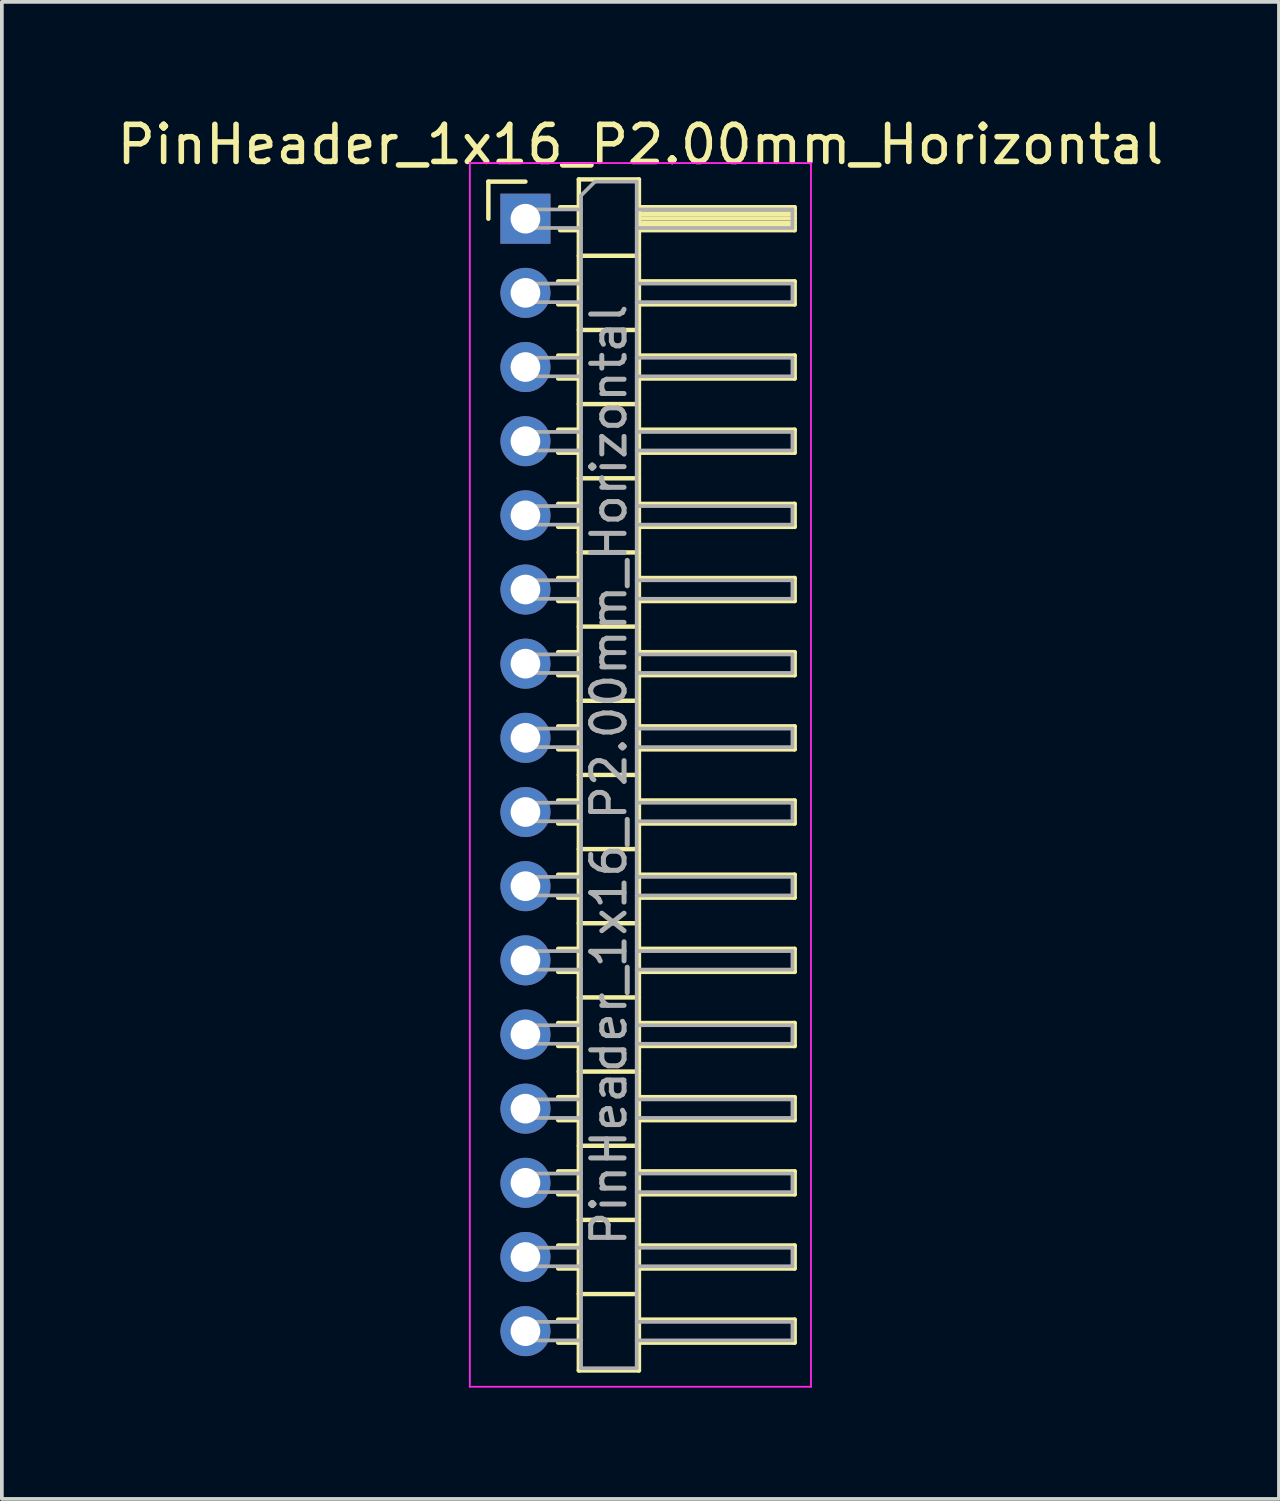
<source format=kicad_pcb>
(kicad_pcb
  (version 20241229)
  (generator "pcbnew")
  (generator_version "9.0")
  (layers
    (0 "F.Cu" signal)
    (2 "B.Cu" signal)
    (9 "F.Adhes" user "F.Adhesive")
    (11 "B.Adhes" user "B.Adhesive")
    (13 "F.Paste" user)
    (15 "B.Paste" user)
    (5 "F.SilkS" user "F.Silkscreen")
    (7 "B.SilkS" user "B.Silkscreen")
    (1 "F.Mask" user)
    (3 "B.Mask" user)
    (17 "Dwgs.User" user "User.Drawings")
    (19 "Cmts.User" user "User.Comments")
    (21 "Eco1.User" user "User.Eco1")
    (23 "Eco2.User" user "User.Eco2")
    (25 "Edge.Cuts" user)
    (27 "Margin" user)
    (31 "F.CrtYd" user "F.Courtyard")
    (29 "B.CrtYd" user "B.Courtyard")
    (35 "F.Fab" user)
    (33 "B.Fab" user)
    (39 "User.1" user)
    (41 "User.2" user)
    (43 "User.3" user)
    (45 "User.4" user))
  (footprint "PinHeader_1x16_P2.00mm_Horizontal"
    (layer "F.Cu")
    (at 11.12 2.848)
    (property "Reference" "PinHeader_1x16_P2.00mm_Horizontal" (at 3.1 -2 0) (layer "F.SilkS") (effects (font (size 1 1) (thickness 0.15))))
    (attr through_hole)
    (fp_line (start -1 -1) (end 0 -1) (stroke (width 0.12) (type solid)) (layer "F.SilkS"))
    (fp_line (start -1 0) (end -1 -1) (stroke (width 0.12) (type solid)) (layer "F.SilkS"))
    (fp_line (start 0.882 1.69) (end 1.44 1.69) (stroke (width 0.12) (type solid)) (layer "F.SilkS"))
    (fp_line (start 0.882 2.31) (end 1.44 2.31) (stroke (width 0.12) (type solid)) (layer "F.SilkS"))
    (fp_line (start 0.882 3.69) (end 1.44 3.69) (stroke (width 0.12) (type solid)) (layer "F.SilkS"))
    (fp_line (start 0.882 4.31) (end 1.44 4.31) (stroke (width 0.12) (type solid)) (layer "F.SilkS"))
    (fp_line (start 0.882 5.69) (end 1.44 5.69) (stroke (width 0.12) (type solid)) (layer "F.SilkS"))
    (fp_line (start 0.882 6.31) (end 1.44 6.31) (stroke (width 0.12) (type solid)) (layer "F.SilkS"))
    (fp_line (start 0.882 7.69) (end 1.44 7.69) (stroke (width 0.12) (type solid)) (layer "F.SilkS"))
    (fp_line (start 0.882 8.31) (end 1.44 8.31) (stroke (width 0.12) (type solid)) (layer "F.SilkS"))
    (fp_line (start 0.882 9.69) (end 1.44 9.69) (stroke (width 0.12) (type solid)) (layer "F.SilkS"))
    (fp_line (start 0.882 10.31) (end 1.44 10.31) (stroke (width 0.12) (type solid)) (layer "F.SilkS"))
    (fp_line (start 0.882 11.69) (end 1.44 11.69) (stroke (width 0.12) (type solid)) (layer "F.SilkS"))
    (fp_line (start 0.882 12.31) (end 1.44 12.31) (stroke (width 0.12) (type solid)) (layer "F.SilkS"))
    (fp_line (start 0.882 13.69) (end 1.44 13.69) (stroke (width 0.12) (type solid)) (layer "F.SilkS"))
    (fp_line (start 0.882 14.31) (end 1.44 14.31) (stroke (width 0.12) (type solid)) (layer "F.SilkS"))
    (fp_line (start 0.882 15.69) (end 1.44 15.69) (stroke (width 0.12) (type solid)) (layer "F.SilkS"))
    (fp_line (start 0.882 16.31) (end 1.44 16.31) (stroke (width 0.12) (type solid)) (layer "F.SilkS"))
    (fp_line (start 0.882 17.69) (end 1.44 17.69) (stroke (width 0.12) (type solid)) (layer "F.SilkS"))
    (fp_line (start 0.882 18.31) (end 1.44 18.31) (stroke (width 0.12) (type solid)) (layer "F.SilkS"))
    (fp_line (start 0.882 19.69) (end 1.44 19.69) (stroke (width 0.12) (type solid)) (layer "F.SilkS"))
    (fp_line (start 0.882 20.31) (end 1.44 20.31) (stroke (width 0.12) (type solid)) (layer "F.SilkS"))
    (fp_line (start 0.882 21.69) (end 1.44 21.69) (stroke (width 0.12) (type solid)) (layer "F.SilkS"))
    (fp_line (start 0.882 22.31) (end 1.44 22.31) (stroke (width 0.12) (type solid)) (layer "F.SilkS"))
    (fp_line (start 0.882 23.69) (end 1.44 23.69) (stroke (width 0.12) (type solid)) (layer "F.SilkS"))
    (fp_line (start 0.882 24.31) (end 1.44 24.31) (stroke (width 0.12) (type solid)) (layer "F.SilkS"))
    (fp_line (start 0.882 25.69) (end 1.44 25.69) (stroke (width 0.12) (type solid)) (layer "F.SilkS"))
    (fp_line (start 0.882 26.31) (end 1.44 26.31) (stroke (width 0.12) (type solid)) (layer "F.SilkS"))
    (fp_line (start 0.882 27.69) (end 1.44 27.69) (stroke (width 0.12) (type solid)) (layer "F.SilkS"))
    (fp_line (start 0.882 28.31) (end 1.44 28.31) (stroke (width 0.12) (type solid)) (layer "F.SilkS"))
    (fp_line (start 0.882 29.69) (end 1.44 29.69) (stroke (width 0.12) (type solid)) (layer "F.SilkS"))
    (fp_line (start 0.882 30.31) (end 1.44 30.31) (stroke (width 0.12) (type solid)) (layer "F.SilkS"))
    (fp_line (start 0.935 -0.31) (end 1.44 -0.31) (stroke (width 0.12) (type solid)) (layer "F.SilkS"))
    (fp_line (start 0.935 0.31) (end 1.44 0.31) (stroke (width 0.12) (type solid)) (layer "F.SilkS"))
    (fp_line (start 1.44 -1.06) (end 1.44 31.06) (stroke (width 0.12) (type solid)) (layer "F.SilkS"))
    (fp_line (start 1.44 1) (end 3.06 1) (stroke (width 0.12) (type solid)) (layer "F.SilkS"))
    (fp_line (start 1.44 3) (end 3.06 3) (stroke (width 0.12) (type solid)) (layer "F.SilkS"))
    (fp_line (start 1.44 5) (end 3.06 5) (stroke (width 0.12) (type solid)) (layer "F.SilkS"))
    (fp_line (start 1.44 7) (end 3.06 7) (stroke (width 0.12) (type solid)) (layer "F.SilkS"))
    (fp_line (start 1.44 9) (end 3.06 9) (stroke (width 0.12) (type solid)) (layer "F.SilkS"))
    (fp_line (start 1.44 11) (end 3.06 11) (stroke (width 0.12) (type solid)) (layer "F.SilkS"))
    (fp_line (start 1.44 13) (end 3.06 13) (stroke (width 0.12) (type solid)) (layer "F.SilkS"))
    (fp_line (start 1.44 15) (end 3.06 15) (stroke (width 0.12) (type solid)) (layer "F.SilkS"))
    (fp_line (start 1.44 17) (end 3.06 17) (stroke (width 0.12) (type solid)) (layer "F.SilkS"))
    (fp_line (start 1.44 19) (end 3.06 19) (stroke (width 0.12) (type solid)) (layer "F.SilkS"))
    (fp_line (start 1.44 21) (end 3.06 21) (stroke (width 0.12) (type solid)) (layer "F.SilkS"))
    (fp_line (start 1.44 23) (end 3.06 23) (stroke (width 0.12) (type solid)) (layer "F.SilkS"))
    (fp_line (start 1.44 25) (end 3.06 25) (stroke (width 0.12) (type solid)) (layer "F.SilkS"))
    (fp_line (start 1.44 27) (end 3.06 27) (stroke (width 0.12) (type solid)) (layer "F.SilkS"))
    (fp_line (start 1.44 29) (end 3.06 29) (stroke (width 0.12) (type solid)) (layer "F.SilkS"))
    (fp_line (start 1.44 31.06) (end 3.06 31.06) (stroke (width 0.12) (type solid)) (layer "F.SilkS"))
    (fp_line (start 3.06 -1.06) (end 1.44 -1.06) (stroke (width 0.12) (type solid)) (layer "F.SilkS"))
    (fp_line (start 3.06 -0.31) (end 7.26 -0.31) (stroke (width 0.12) (type solid)) (layer "F.SilkS"))
    (fp_line (start 3.06 -0.25) (end 7.26 -0.25) (stroke (width 0.12) (type solid)) (layer "F.SilkS"))
    (fp_line (start 3.06 -0.13) (end 7.26 -0.13) (stroke (width 0.12) (type solid)) (layer "F.SilkS"))
    (fp_line (start 3.06 -0.01) (end 7.26 -0.01) (stroke (width 0.12) (type solid)) (layer "F.SilkS"))
    (fp_line (start 3.06 0.11) (end 7.26 0.11) (stroke (width 0.12) (type solid)) (layer "F.SilkS"))
    (fp_line (start 3.06 0.23) (end 7.26 0.23) (stroke (width 0.12) (type solid)) (layer "F.SilkS"))
    (fp_line (start 3.06 1.69) (end 7.26 1.69) (stroke (width 0.12) (type solid)) (layer "F.SilkS"))
    (fp_line (start 3.06 3.69) (end 7.26 3.69) (stroke (width 0.12) (type solid)) (layer "F.SilkS"))
    (fp_line (start 3.06 5.69) (end 7.26 5.69) (stroke (width 0.12) (type solid)) (layer "F.SilkS"))
    (fp_line (start 3.06 7.69) (end 7.26 7.69) (stroke (width 0.12) (type solid)) (layer "F.SilkS"))
    (fp_line (start 3.06 9.69) (end 7.26 9.69) (stroke (width 0.12) (type solid)) (layer "F.SilkS"))
    (fp_line (start 3.06 11.69) (end 7.26 11.69) (stroke (width 0.12) (type solid)) (layer "F.SilkS"))
    (fp_line (start 3.06 13.69) (end 7.26 13.69) (stroke (width 0.12) (type solid)) (layer "F.SilkS"))
    (fp_line (start 3.06 15.69) (end 7.26 15.69) (stroke (width 0.12) (type solid)) (layer "F.SilkS"))
    (fp_line (start 3.06 17.69) (end 7.26 17.69) (stroke (width 0.12) (type solid)) (layer "F.SilkS"))
    (fp_line (start 3.06 19.69) (end 7.26 19.69) (stroke (width 0.12) (type solid)) (layer "F.SilkS"))
    (fp_line (start 3.06 21.69) (end 7.26 21.69) (stroke (width 0.12) (type solid)) (layer "F.SilkS"))
    (fp_line (start 3.06 23.69) (end 7.26 23.69) (stroke (width 0.12) (type solid)) (layer "F.SilkS"))
    (fp_line (start 3.06 25.69) (end 7.26 25.69) (stroke (width 0.12) (type solid)) (layer "F.SilkS"))
    (fp_line (start 3.06 27.69) (end 7.26 27.69) (stroke (width 0.12) (type solid)) (layer "F.SilkS"))
    (fp_line (start 3.06 29.69) (end 7.26 29.69) (stroke (width 0.12) (type solid)) (layer "F.SilkS"))
    (fp_line (start 3.06 31.06) (end 3.06 -1.06) (stroke (width 0.12) (type solid)) (layer "F.SilkS"))
    (fp_line (start 7.26 -0.31) (end 7.26 0.31) (stroke (width 0.12) (type solid)) (layer "F.SilkS"))
    (fp_line (start 7.26 0.31) (end 3.06 0.31) (stroke (width 0.12) (type solid)) (layer "F.SilkS"))
    (fp_line (start 7.26 1.69) (end 7.26 2.31) (stroke (width 0.12) (type solid)) (layer "F.SilkS"))
    (fp_line (start 7.26 2.31) (end 3.06 2.31) (stroke (width 0.12) (type solid)) (layer "F.SilkS"))
    (fp_line (start 7.26 3.69) (end 7.26 4.31) (stroke (width 0.12) (type solid)) (layer "F.SilkS"))
    (fp_line (start 7.26 4.31) (end 3.06 4.31) (stroke (width 0.12) (type solid)) (layer "F.SilkS"))
    (fp_line (start 7.26 5.69) (end 7.26 6.31) (stroke (width 0.12) (type solid)) (layer "F.SilkS"))
    (fp_line (start 7.26 6.31) (end 3.06 6.31) (stroke (width 0.12) (type solid)) (layer "F.SilkS"))
    (fp_line (start 7.26 7.69) (end 7.26 8.31) (stroke (width 0.12) (type solid)) (layer "F.SilkS"))
    (fp_line (start 7.26 8.31) (end 3.06 8.31) (stroke (width 0.12) (type solid)) (layer "F.SilkS"))
    (fp_line (start 7.26 9.69) (end 7.26 10.31) (stroke (width 0.12) (type solid)) (layer "F.SilkS"))
    (fp_line (start 7.26 10.31) (end 3.06 10.31) (stroke (width 0.12) (type solid)) (layer "F.SilkS"))
    (fp_line (start 7.26 11.69) (end 7.26 12.31) (stroke (width 0.12) (type solid)) (layer "F.SilkS"))
    (fp_line (start 7.26 12.31) (end 3.06 12.31) (stroke (width 0.12) (type solid)) (layer "F.SilkS"))
    (fp_line (start 7.26 13.69) (end 7.26 14.31) (stroke (width 0.12) (type solid)) (layer "F.SilkS"))
    (fp_line (start 7.26 14.31) (end 3.06 14.31) (stroke (width 0.12) (type solid)) (layer "F.SilkS"))
    (fp_line (start 7.26 15.69) (end 7.26 16.31) (stroke (width 0.12) (type solid)) (layer "F.SilkS"))
    (fp_line (start 7.26 16.31) (end 3.06 16.31) (stroke (width 0.12) (type solid)) (layer "F.SilkS"))
    (fp_line (start 7.26 17.69) (end 7.26 18.31) (stroke (width 0.12) (type solid)) (layer "F.SilkS"))
    (fp_line (start 7.26 18.31) (end 3.06 18.31) (stroke (width 0.12) (type solid)) (layer "F.SilkS"))
    (fp_line (start 7.26 19.69) (end 7.26 20.31) (stroke (width 0.12) (type solid)) (layer "F.SilkS"))
    (fp_line (start 7.26 20.31) (end 3.06 20.31) (stroke (width 0.12) (type solid)) (layer "F.SilkS"))
    (fp_line (start 7.26 21.69) (end 7.26 22.31) (stroke (width 0.12) (type solid)) (layer "F.SilkS"))
    (fp_line (start 7.26 22.31) (end 3.06 22.31) (stroke (width 0.12) (type solid)) (layer "F.SilkS"))
    (fp_line (start 7.26 23.69) (end 7.26 24.31) (stroke (width 0.12) (type solid)) (layer "F.SilkS"))
    (fp_line (start 7.26 24.31) (end 3.06 24.31) (stroke (width 0.12) (type solid)) (layer "F.SilkS"))
    (fp_line (start 7.26 25.69) (end 7.26 26.31) (stroke (width 0.12) (type solid)) (layer "F.SilkS"))
    (fp_line (start 7.26 26.31) (end 3.06 26.31) (stroke (width 0.12) (type solid)) (layer "F.SilkS"))
    (fp_line (start 7.26 27.69) (end 7.26 28.31) (stroke (width 0.12) (type solid)) (layer "F.SilkS"))
    (fp_line (start 7.26 28.31) (end 3.06 28.31) (stroke (width 0.12) (type solid)) (layer "F.SilkS"))
    (fp_line (start 7.26 29.69) (end 7.26 30.31) (stroke (width 0.12) (type solid)) (layer "F.SilkS"))
    (fp_line (start 7.26 30.31) (end 3.06 30.31) (stroke (width 0.12) (type solid)) (layer "F.SilkS"))
    (fp_line (start -1.5 -1.5) (end -1.5 31.5) (stroke (width 0.05) (type solid)) (layer "F.CrtYd"))
    (fp_line (start -1.5 31.5) (end 7.7 31.5) (stroke (width 0.05) (type solid)) (layer "F.CrtYd"))
    (fp_line (start 7.7 -1.5) (end -1.5 -1.5) (stroke (width 0.05) (type solid)) (layer "F.CrtYd"))
    (fp_line (start 7.7 31.5) (end 7.7 -1.5) (stroke (width 0.05) (type solid)) (layer "F.CrtYd"))
    (fp_line (start -0.25 -0.25) (end -0.25 0.25) (stroke (width 0.1) (type solid)) (layer "F.Fab"))
    (fp_line (start -0.25 -0.25) (end 1.5 -0.25) (stroke (width 0.1) (type solid)) (layer "F.Fab"))
    (fp_line (start -0.25 0.25) (end 1.5 0.25) (stroke (width 0.1) (type solid)) (layer "F.Fab"))
    (fp_line (start -0.25 1.75) (end -0.25 2.25) (stroke (width 0.1) (type solid)) (layer "F.Fab"))
    (fp_line (start -0.25 1.75) (end 1.5 1.75) (stroke (width 0.1) (type solid)) (layer "F.Fab"))
    (fp_line (start -0.25 2.25) (end 1.5 2.25) (stroke (width 0.1) (type solid)) (layer "F.Fab"))
    (fp_line (start -0.25 3.75) (end -0.25 4.25) (stroke (width 0.1) (type solid)) (layer "F.Fab"))
    (fp_line (start -0.25 3.75) (end 1.5 3.75) (stroke (width 0.1) (type solid)) (layer "F.Fab"))
    (fp_line (start -0.25 4.25) (end 1.5 4.25) (stroke (width 0.1) (type solid)) (layer "F.Fab"))
    (fp_line (start -0.25 5.75) (end -0.25 6.25) (stroke (width 0.1) (type solid)) (layer "F.Fab"))
    (fp_line (start -0.25 5.75) (end 1.5 5.75) (stroke (width 0.1) (type solid)) (layer "F.Fab"))
    (fp_line (start -0.25 6.25) (end 1.5 6.25) (stroke (width 0.1) (type solid)) (layer "F.Fab"))
    (fp_line (start -0.25 7.75) (end -0.25 8.25) (stroke (width 0.1) (type solid)) (layer "F.Fab"))
    (fp_line (start -0.25 7.75) (end 1.5 7.75) (stroke (width 0.1) (type solid)) (layer "F.Fab"))
    (fp_line (start -0.25 8.25) (end 1.5 8.25) (stroke (width 0.1) (type solid)) (layer "F.Fab"))
    (fp_line (start -0.25 9.75) (end -0.25 10.25) (stroke (width 0.1) (type solid)) (layer "F.Fab"))
    (fp_line (start -0.25 9.75) (end 1.5 9.75) (stroke (width 0.1) (type solid)) (layer "F.Fab"))
    (fp_line (start -0.25 10.25) (end 1.5 10.25) (stroke (width 0.1) (type solid)) (layer "F.Fab"))
    (fp_line (start -0.25 11.75) (end -0.25 12.25) (stroke (width 0.1) (type solid)) (layer "F.Fab"))
    (fp_line (start -0.25 11.75) (end 1.5 11.75) (stroke (width 0.1) (type solid)) (layer "F.Fab"))
    (fp_line (start -0.25 12.25) (end 1.5 12.25) (stroke (width 0.1) (type solid)) (layer "F.Fab"))
    (fp_line (start -0.25 13.75) (end -0.25 14.25) (stroke (width 0.1) (type solid)) (layer "F.Fab"))
    (fp_line (start -0.25 13.75) (end 1.5 13.75) (stroke (width 0.1) (type solid)) (layer "F.Fab"))
    (fp_line (start -0.25 14.25) (end 1.5 14.25) (stroke (width 0.1) (type solid)) (layer "F.Fab"))
    (fp_line (start -0.25 15.75) (end -0.25 16.25) (stroke (width 0.1) (type solid)) (layer "F.Fab"))
    (fp_line (start -0.25 15.75) (end 1.5 15.75) (stroke (width 0.1) (type solid)) (layer "F.Fab"))
    (fp_line (start -0.25 16.25) (end 1.5 16.25) (stroke (width 0.1) (type solid)) (layer "F.Fab"))
    (fp_line (start -0.25 17.75) (end -0.25 18.25) (stroke (width 0.1) (type solid)) (layer "F.Fab"))
    (fp_line (start -0.25 17.75) (end 1.5 17.75) (stroke (width 0.1) (type solid)) (layer "F.Fab"))
    (fp_line (start -0.25 18.25) (end 1.5 18.25) (stroke (width 0.1) (type solid)) (layer "F.Fab"))
    (fp_line (start -0.25 19.75) (end -0.25 20.25) (stroke (width 0.1) (type solid)) (layer "F.Fab"))
    (fp_line (start -0.25 19.75) (end 1.5 19.75) (stroke (width 0.1) (type solid)) (layer "F.Fab"))
    (fp_line (start -0.25 20.25) (end 1.5 20.25) (stroke (width 0.1) (type solid)) (layer "F.Fab"))
    (fp_line (start -0.25 21.75) (end -0.25 22.25) (stroke (width 0.1) (type solid)) (layer "F.Fab"))
    (fp_line (start -0.25 21.75) (end 1.5 21.75) (stroke (width 0.1) (type solid)) (layer "F.Fab"))
    (fp_line (start -0.25 22.25) (end 1.5 22.25) (stroke (width 0.1) (type solid)) (layer "F.Fab"))
    (fp_line (start -0.25 23.75) (end -0.25 24.25) (stroke (width 0.1) (type solid)) (layer "F.Fab"))
    (fp_line (start -0.25 23.75) (end 1.5 23.75) (stroke (width 0.1) (type solid)) (layer "F.Fab"))
    (fp_line (start -0.25 24.25) (end 1.5 24.25) (stroke (width 0.1) (type solid)) (layer "F.Fab"))
    (fp_line (start -0.25 25.75) (end -0.25 26.25) (stroke (width 0.1) (type solid)) (layer "F.Fab"))
    (fp_line (start -0.25 25.75) (end 1.5 25.75) (stroke (width 0.1) (type solid)) (layer "F.Fab"))
    (fp_line (start -0.25 26.25) (end 1.5 26.25) (stroke (width 0.1) (type solid)) (layer "F.Fab"))
    (fp_line (start -0.25 27.75) (end -0.25 28.25) (stroke (width 0.1) (type solid)) (layer "F.Fab"))
    (fp_line (start -0.25 27.75) (end 1.5 27.75) (stroke (width 0.1) (type solid)) (layer "F.Fab"))
    (fp_line (start -0.25 28.25) (end 1.5 28.25) (stroke (width 0.1) (type solid)) (layer "F.Fab"))
    (fp_line (start -0.25 29.75) (end -0.25 30.25) (stroke (width 0.1) (type solid)) (layer "F.Fab"))
    (fp_line (start -0.25 29.75) (end 1.5 29.75) (stroke (width 0.1) (type solid)) (layer "F.Fab"))
    (fp_line (start -0.25 30.25) (end 1.5 30.25) (stroke (width 0.1) (type solid)) (layer "F.Fab"))
    (fp_line (start 1.5 -0.625) (end 1.875 -1) (stroke (width 0.1) (type solid)) (layer "F.Fab"))
    (fp_line (start 1.5 31) (end 1.5 -0.625) (stroke (width 0.1) (type solid)) (layer "F.Fab"))
    (fp_line (start 1.875 -1) (end 3 -1) (stroke (width 0.1) (type solid)) (layer "F.Fab"))
    (fp_line (start 3 -1) (end 3 31) (stroke (width 0.1) (type solid)) (layer "F.Fab"))
    (fp_line (start 3 -0.25) (end 7.2 -0.25) (stroke (width 0.1) (type solid)) (layer "F.Fab"))
    (fp_line (start 3 0.25) (end 7.2 0.25) (stroke (width 0.1) (type solid)) (layer "F.Fab"))
    (fp_line (start 3 1.75) (end 7.2 1.75) (stroke (width 0.1) (type solid)) (layer "F.Fab"))
    (fp_line (start 3 2.25) (end 7.2 2.25) (stroke (width 0.1) (type solid)) (layer "F.Fab"))
    (fp_line (start 3 3.75) (end 7.2 3.75) (stroke (width 0.1) (type solid)) (layer "F.Fab"))
    (fp_line (start 3 4.25) (end 7.2 4.25) (stroke (width 0.1) (type solid)) (layer "F.Fab"))
    (fp_line (start 3 5.75) (end 7.2 5.75) (stroke (width 0.1) (type solid)) (layer "F.Fab"))
    (fp_line (start 3 6.25) (end 7.2 6.25) (stroke (width 0.1) (type solid)) (layer "F.Fab"))
    (fp_line (start 3 7.75) (end 7.2 7.75) (stroke (width 0.1) (type solid)) (layer "F.Fab"))
    (fp_line (start 3 8.25) (end 7.2 8.25) (stroke (width 0.1) (type solid)) (layer "F.Fab"))
    (fp_line (start 3 9.75) (end 7.2 9.75) (stroke (width 0.1) (type solid)) (layer "F.Fab"))
    (fp_line (start 3 10.25) (end 7.2 10.25) (stroke (width 0.1) (type solid)) (layer "F.Fab"))
    (fp_line (start 3 11.75) (end 7.2 11.75) (stroke (width 0.1) (type solid)) (layer "F.Fab"))
    (fp_line (start 3 12.25) (end 7.2 12.25) (stroke (width 0.1) (type solid)) (layer "F.Fab"))
    (fp_line (start 3 13.75) (end 7.2 13.75) (stroke (width 0.1) (type solid)) (layer "F.Fab"))
    (fp_line (start 3 14.25) (end 7.2 14.25) (stroke (width 0.1) (type solid)) (layer "F.Fab"))
    (fp_line (start 3 15.75) (end 7.2 15.75) (stroke (width 0.1) (type solid)) (layer "F.Fab"))
    (fp_line (start 3 16.25) (end 7.2 16.25) (stroke (width 0.1) (type solid)) (layer "F.Fab"))
    (fp_line (start 3 17.75) (end 7.2 17.75) (stroke (width 0.1) (type solid)) (layer "F.Fab"))
    (fp_line (start 3 18.25) (end 7.2 18.25) (stroke (width 0.1) (type solid)) (layer "F.Fab"))
    (fp_line (start 3 19.75) (end 7.2 19.75) (stroke (width 0.1) (type solid)) (layer "F.Fab"))
    (fp_line (start 3 20.25) (end 7.2 20.25) (stroke (width 0.1) (type solid)) (layer "F.Fab"))
    (fp_line (start 3 21.75) (end 7.2 21.75) (stroke (width 0.1) (type solid)) (layer "F.Fab"))
    (fp_line (start 3 22.25) (end 7.2 22.25) (stroke (width 0.1) (type solid)) (layer "F.Fab"))
    (fp_line (start 3 23.75) (end 7.2 23.75) (stroke (width 0.1) (type solid)) (layer "F.Fab"))
    (fp_line (start 3 24.25) (end 7.2 24.25) (stroke (width 0.1) (type solid)) (layer "F.Fab"))
    (fp_line (start 3 25.75) (end 7.2 25.75) (stroke (width 0.1) (type solid)) (layer "F.Fab"))
    (fp_line (start 3 26.25) (end 7.2 26.25) (stroke (width 0.1) (type solid)) (layer "F.Fab"))
    (fp_line (start 3 27.75) (end 7.2 27.75) (stroke (width 0.1) (type solid)) (layer "F.Fab"))
    (fp_line (start 3 28.25) (end 7.2 28.25) (stroke (width 0.1) (type solid)) (layer "F.Fab"))
    (fp_line (start 3 29.75) (end 7.2 29.75) (stroke (width 0.1) (type solid)) (layer "F.Fab"))
    (fp_line (start 3 30.25) (end 7.2 30.25) (stroke (width 0.1) (type solid)) (layer "F.Fab"))
    (fp_line (start 3 31) (end 1.5 31) (stroke (width 0.1) (type solid)) (layer "F.Fab"))
    (fp_line (start 7.2 -0.25) (end 7.2 0.25) (stroke (width 0.1) (type solid)) (layer "F.Fab"))
    (fp_line (start 7.2 1.75) (end 7.2 2.25) (stroke (width 0.1) (type solid)) (layer "F.Fab"))
    (fp_line (start 7.2 3.75) (end 7.2 4.25) (stroke (width 0.1) (type solid)) (layer "F.Fab"))
    (fp_line (start 7.2 5.75) (end 7.2 6.25) (stroke (width 0.1) (type solid)) (layer "F.Fab"))
    (fp_line (start 7.2 7.75) (end 7.2 8.25) (stroke (width 0.1) (type solid)) (layer "F.Fab"))
    (fp_line (start 7.2 9.75) (end 7.2 10.25) (stroke (width 0.1) (type solid)) (layer "F.Fab"))
    (fp_line (start 7.2 11.75) (end 7.2 12.25) (stroke (width 0.1) (type solid)) (layer "F.Fab"))
    (fp_line (start 7.2 13.75) (end 7.2 14.25) (stroke (width 0.1) (type solid)) (layer "F.Fab"))
    (fp_line (start 7.2 15.75) (end 7.2 16.25) (stroke (width 0.1) (type solid)) (layer "F.Fab"))
    (fp_line (start 7.2 17.75) (end 7.2 18.25) (stroke (width 0.1) (type solid)) (layer "F.Fab"))
    (fp_line (start 7.2 19.75) (end 7.2 20.25) (stroke (width 0.1) (type solid)) (layer "F.Fab"))
    (fp_line (start 7.2 21.75) (end 7.2 22.25) (stroke (width 0.1) (type solid)) (layer "F.Fab"))
    (fp_line (start 7.2 23.75) (end 7.2 24.25) (stroke (width 0.1) (type solid)) (layer "F.Fab"))
    (fp_line (start 7.2 25.75) (end 7.2 26.25) (stroke (width 0.1) (type solid)) (layer "F.Fab"))
    (fp_line (start 7.2 27.75) (end 7.2 28.25) (stroke (width 0.1) (type solid)) (layer "F.Fab"))
    (fp_line (start 7.2 29.75) (end 7.2 30.25) (stroke (width 0.1) (type solid)) (layer "F.Fab"))
    (fp_text user "${REFERENCE}" (at 2.25 15 90) (layer "F.Fab") (effects (font (size 0.9 0.9) (thickness 0.135))))
    (pad "1" thru_hole rect (at 0 0) (size 1.35 1.35) (drill 0.8) (layers "*.Cu" "*.Mask"))
    (pad "2" thru_hole oval (at 0 2) (size 1.35 1.35) (drill 0.8) (layers "*.Cu" "*.Mask"))
    (pad "3" thru_hole oval (at 0 4) (size 1.35 1.35) (drill 0.8) (layers "*.Cu" "*.Mask"))
    (pad "4" thru_hole oval (at 0 6) (size 1.35 1.35) (drill 0.8) (layers "*.Cu" "*.Mask"))
    (pad "5" thru_hole oval (at 0 8) (size 1.35 1.35) (drill 0.8) (layers "*.Cu" "*.Mask"))
    (pad "6" thru_hole oval (at 0 10) (size 1.35 1.35) (drill 0.8) (layers "*.Cu" "*.Mask"))
    (pad "7" thru_hole oval (at 0 12) (size 1.35 1.35) (drill 0.8) (layers "*.Cu" "*.Mask"))
    (pad "8" thru_hole oval (at 0 14) (size 1.35 1.35) (drill 0.8) (layers "*.Cu" "*.Mask"))
    (pad "9" thru_hole oval (at 0 16) (size 1.35 1.35) (drill 0.8) (layers "*.Cu" "*.Mask"))
    (pad "10" thru_hole oval (at 0 18) (size 1.35 1.35) (drill 0.8) (layers "*.Cu" "*.Mask"))
    (pad "11" thru_hole oval (at 0 20) (size 1.35 1.35) (drill 0.8) (layers "*.Cu" "*.Mask"))
    (pad "12" thru_hole oval (at 0 22) (size 1.35 1.35) (drill 0.8) (layers "*.Cu" "*.Mask"))
    (pad "13" thru_hole oval (at 0 24) (size 1.35 1.35) (drill 0.8) (layers "*.Cu" "*.Mask"))
    (pad "14" thru_hole oval (at 0 26) (size 1.35 1.35) (drill 0.8) (layers "*.Cu" "*.Mask"))
    (pad "15" thru_hole oval (at 0 28) (size 1.35 1.35) (drill 0.8) (layers "*.Cu" "*.Mask"))
    (pad "16" thru_hole oval (at 0 30) (size 1.35 1.35) (drill 0.8) (layers "*.Cu" "*.Mask")))
  (gr_rect
    (start -3 -3)
    (end 31.44 37.373)
    (stroke (width 0.1) (type default))
    (fill no)
    (layer "Edge.Cuts")))
</source>
